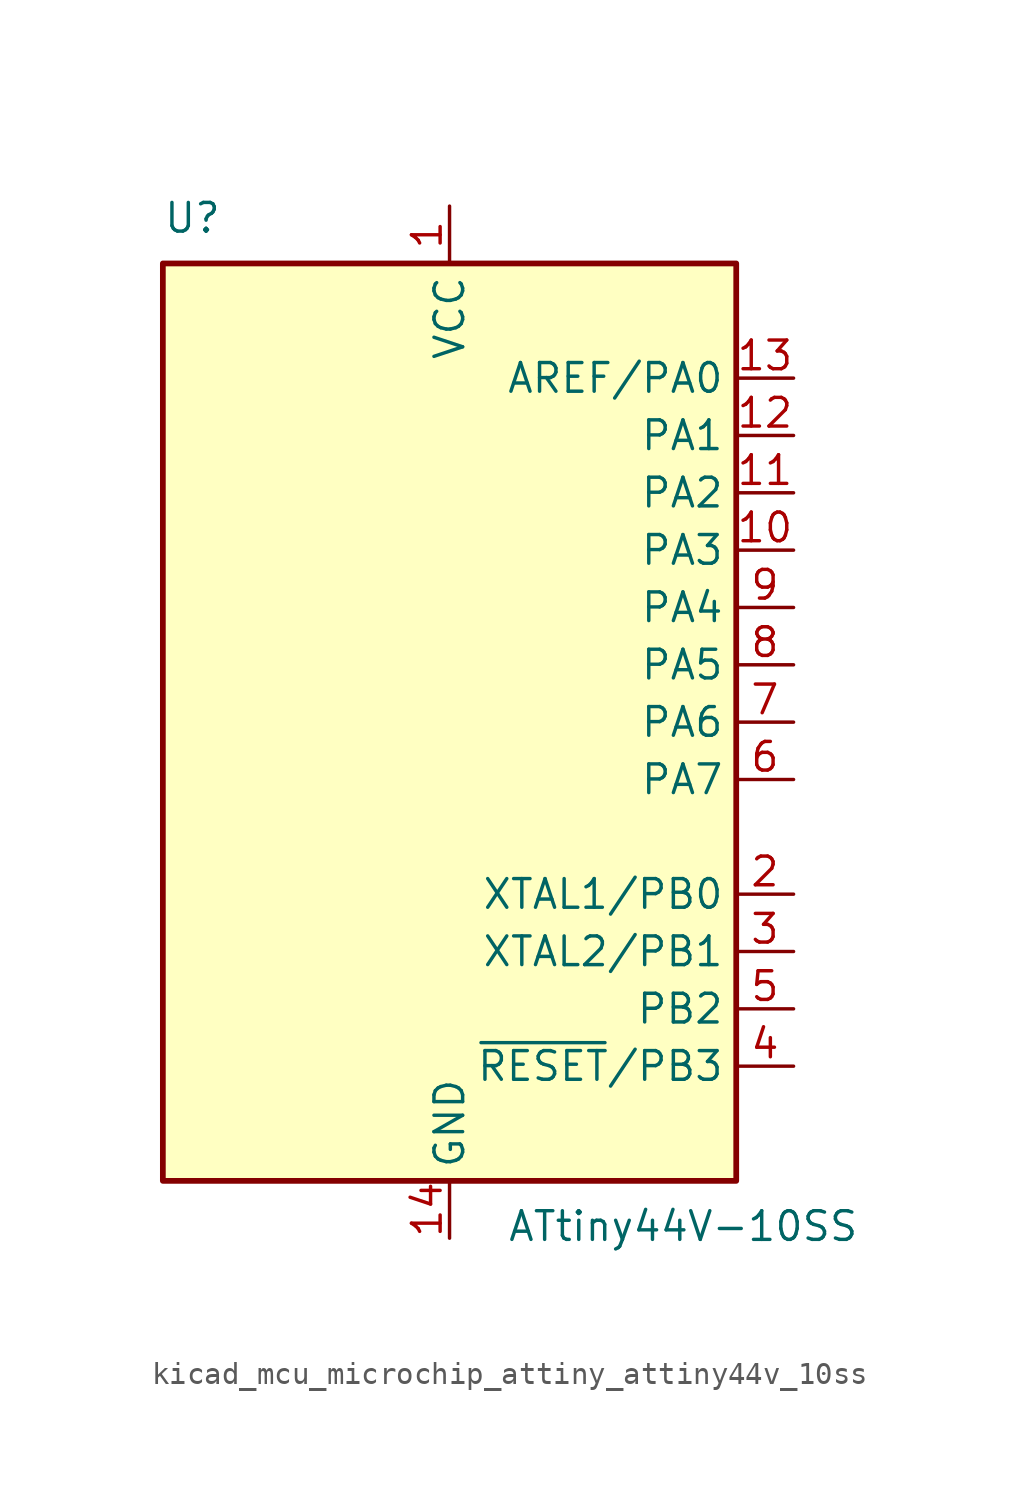
<source format=kicad_sym>
(kicad_symbol_lib
  (version 20220914)
  (generator kicad_symbol_editor)
  (symbol "kicad_mcu_microchip_attiny_attiny44v_10ss"
    (property "Reference" "U"
      (at -12.7 21.59 0)
      (effects (font (size 1.27 1.27)) (justify left bottom)))
    (property "Value" "ATtiny44V-10SS"
      (at 2.54 -21.59 0)
      (effects (font (size 1.27 1.27)) (justify left top)))
    (symbol "kicad_mcu_microchip_attiny_attiny44v_10ss_0_1"
      (rectangle (start -12.7 -20.32) (end 12.7 20.32) (stroke (width 0.254) (type default)) (fill (type background))))
    (symbol "kicad_mcu_microchip_attiny_attiny44v_10ss_1_1"
      (pin power_in line (at 0 22.86 270) (length 2.54) (name "VCC" (effects (font (size 1.27 1.27)))) (number "1" (effects (font (size 1.27 1.27)))))
      (pin bidirectional line (at 15.24 7.62 180) (length 2.54) (name "PA3" (effects (font (size 1.27 1.27)))) (number "10" (effects (font (size 1.27 1.27)))))
      (pin bidirectional line (at 15.24 10.16 180) (length 2.54) (name "PA2" (effects (font (size 1.27 1.27)))) (number "11" (effects (font (size 1.27 1.27)))))
      (pin bidirectional line (at 15.24 12.7 180) (length 2.54) (name "PA1" (effects (font (size 1.27 1.27)))) (number "12" (effects (font (size 1.27 1.27)))))
      (pin bidirectional line (at 15.24 15.24 180) (length 2.54) (name "AREF/PA0" (effects (font (size 1.27 1.27)))) (number "13" (effects (font (size 1.27 1.27)))))
      (pin power_in line (at 0 -22.86 90) (length 2.54) (name "GND" (effects (font (size 1.27 1.27)))) (number "14" (effects (font (size 1.27 1.27)))))
      (pin bidirectional line (at 15.24 -7.62 180) (length 2.54) (name "XTAL1/PB0" (effects (font (size 1.27 1.27)))) (number "2" (effects (font (size 1.27 1.27)))))
      (pin bidirectional line (at 15.24 -10.16 180) (length 2.54) (name "XTAL2/PB1" (effects (font (size 1.27 1.27)))) (number "3" (effects (font (size 1.27 1.27)))))
      (pin bidirectional line (at 15.24 -15.24 180) (length 2.54) (name "~{RESET}/PB3" (effects (font (size 1.27 1.27)))) (number "4" (effects (font (size 1.27 1.27)))))
      (pin bidirectional line (at 15.24 -12.7 180) (length 2.54) (name "PB2" (effects (font (size 1.27 1.27)))) (number "5" (effects (font (size 1.27 1.27)))))
      (pin bidirectional line (at 15.24 -2.54 180) (length 2.54) (name "PA7" (effects (font (size 1.27 1.27)))) (number "6" (effects (font (size 1.27 1.27)))))
      (pin bidirectional line (at 15.24 0 180) (length 2.54) (name "PA6" (effects (font (size 1.27 1.27)))) (number "7" (effects (font (size 1.27 1.27)))))
      (pin bidirectional line (at 15.24 2.54 180) (length 2.54) (name "PA5" (effects (font (size 1.27 1.27)))) (number "8" (effects (font (size 1.27 1.27)))))
      (pin bidirectional line (at 15.24 5.08 180) (length 2.54) (name "PA4" (effects (font (size 1.27 1.27)))) (number "9" (effects (font (size 1.27 1.27))))))))
</source>
